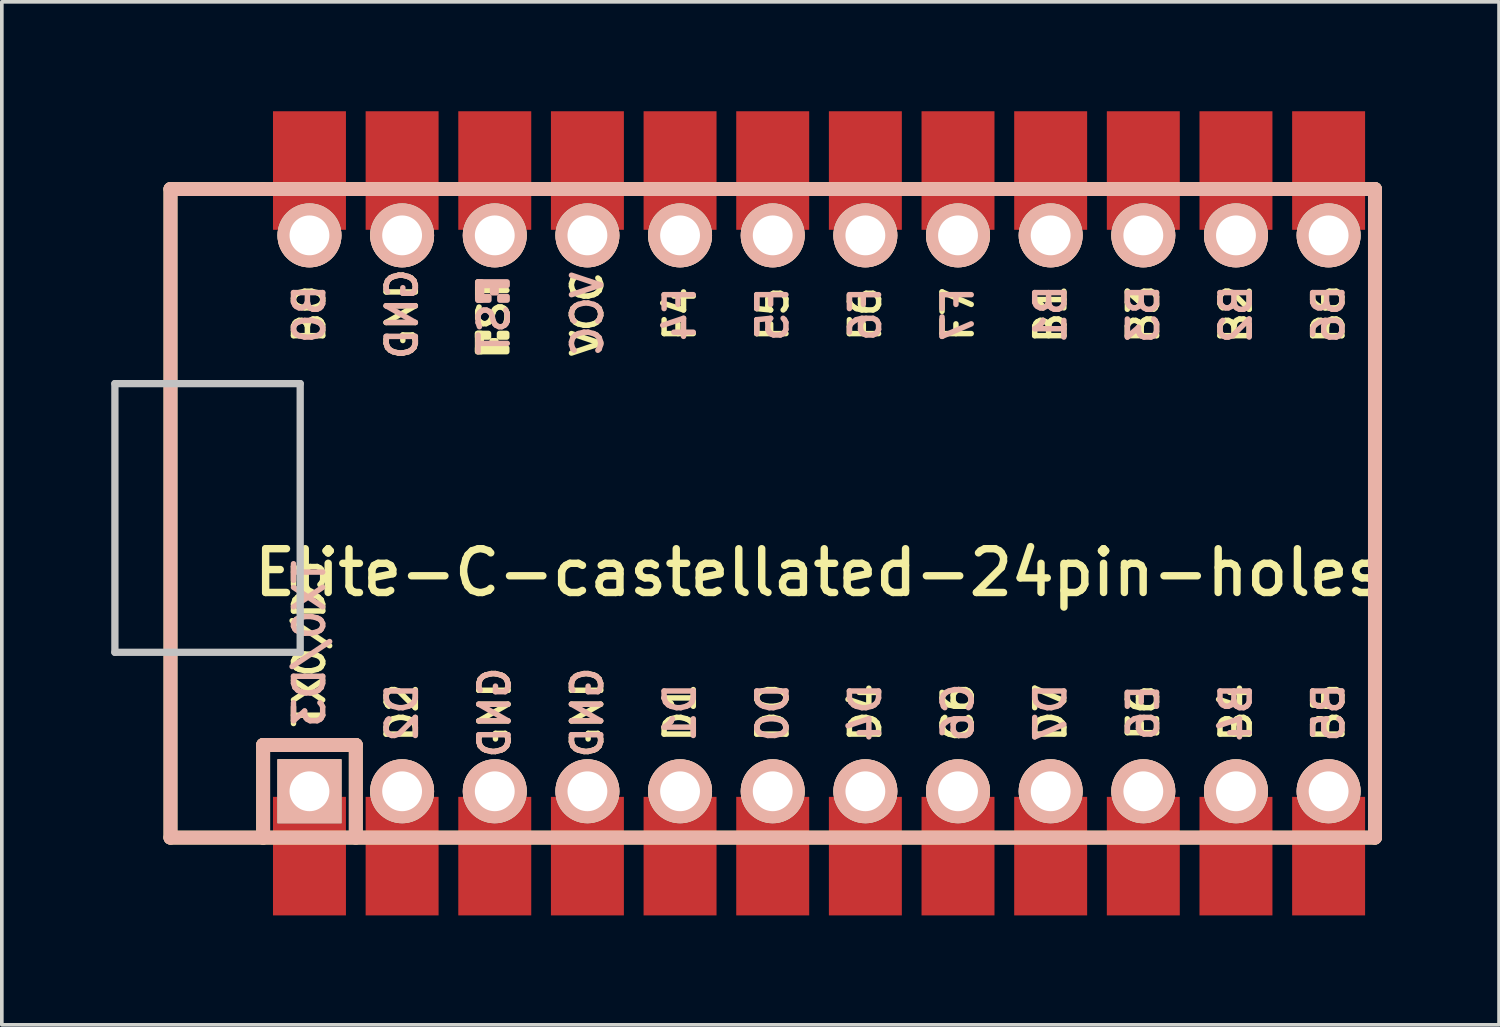
<source format=kicad_pcb>
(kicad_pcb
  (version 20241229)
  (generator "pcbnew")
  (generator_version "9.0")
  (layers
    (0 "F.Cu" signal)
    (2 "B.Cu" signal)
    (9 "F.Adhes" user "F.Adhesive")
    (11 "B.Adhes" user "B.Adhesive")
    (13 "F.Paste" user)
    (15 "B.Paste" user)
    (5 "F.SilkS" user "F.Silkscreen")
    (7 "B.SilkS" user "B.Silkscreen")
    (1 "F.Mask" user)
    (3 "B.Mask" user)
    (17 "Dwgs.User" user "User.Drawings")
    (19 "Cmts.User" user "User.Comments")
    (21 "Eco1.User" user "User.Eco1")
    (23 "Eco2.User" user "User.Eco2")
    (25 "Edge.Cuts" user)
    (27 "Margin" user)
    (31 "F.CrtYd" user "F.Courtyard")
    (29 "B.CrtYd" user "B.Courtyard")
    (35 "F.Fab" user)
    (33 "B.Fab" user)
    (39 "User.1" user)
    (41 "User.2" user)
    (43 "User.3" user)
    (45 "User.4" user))
  (footprint "Elite-C-castellated-24pin-holes"
    (layer "F.Cu")
    (at 19.404 11.023)
    (property "Reference" "Elite-C-castellated-24pin-holes" (at 0 1.625 0) (layer "F.SilkS") (effects (font (size 1.2 1.2) (thickness 0.203))))
    (attr through_hole)
    (fp_line (start -17.78 -8.89) (end -17.78 8.89) (stroke (width 0.381) (type solid)) (layer "F.SilkS"))
    (fp_line (start -17.78 8.89) (end -15.24 8.89) (stroke (width 0.381) (type solid)) (layer "F.SilkS"))
    (fp_line (start -15.24 -8.89) (end -17.78 -8.89) (stroke (width 0.381) (type solid)) (layer "F.SilkS"))
    (fp_line (start -15.24 6.35) (end -15.24 8.89) (stroke (width 0.381) (type solid)) (layer "F.SilkS"))
    (fp_line (start -15.24 6.35) (end -12.7 6.35) (stroke (width 0.381) (type solid)) (layer "F.SilkS"))
    (fp_line (start -15.24 8.89) (end 15.24 8.89) (stroke (width 0.381) (type solid)) (layer "F.SilkS"))
    (fp_line (start -12.7 6.35) (end -12.7 8.89) (stroke (width 0.381) (type solid)) (layer "F.SilkS"))
    (fp_line (start 15.24 -8.89) (end -15.24 -8.89) (stroke (width 0.381) (type solid)) (layer "F.SilkS"))
    (fp_line (start 15.24 8.89) (end 15.24 -8.89) (stroke (width 0.381) (type solid)) (layer "F.SilkS"))
    (fp_poly (pts (xy -9.361 -4.932) (xy -9.261 -4.932) (xy -9.261 -4.432) (xy -9.361 -4.432)) (stroke (width 0.15) (type solid)) (fill yes) (layer "F.SilkS"))
    (fp_poly (pts (xy -9.361 -4.932) (xy -9.061 -4.932) (xy -9.061 -4.832) (xy -9.361 -4.832)) (stroke (width 0.15) (type solid)) (fill yes) (layer "F.SilkS"))
    (fp_poly (pts (xy -9.361 -4.532) (xy -8.561 -4.532) (xy -8.561 -4.432) (xy -9.361 -4.432)) (stroke (width 0.15) (type solid)) (fill yes) (layer "F.SilkS"))
    (fp_poly (pts (xy -8.961 -4.732) (xy -8.861 -4.732) (xy -8.861 -4.632) (xy -8.961 -4.632)) (stroke (width 0.15) (type solid)) (fill yes) (layer "F.SilkS"))
    (fp_poly (pts (xy -8.761 -4.932) (xy -8.561 -4.932) (xy -8.561 -4.832) (xy -8.761 -4.832)) (stroke (width 0.15) (type solid)) (fill yes) (layer "F.SilkS"))
    (fp_line (start -17.78 -8.89) (end -17.78 8.89) (stroke (width 0.381) (type solid)) (layer "B.SilkS"))
    (fp_line (start -17.78 8.89) (end 15.24 8.89) (stroke (width 0.381) (type solid)) (layer "B.SilkS"))
    (fp_line (start -15.24 6.35) (end -15.24 8.89) (stroke (width 0.381) (type solid)) (layer "B.SilkS"))
    (fp_line (start -15.24 6.35) (end -12.7 6.35) (stroke (width 0.381) (type solid)) (layer "B.SilkS"))
    (fp_line (start -12.7 6.35) (end -12.7 8.89) (stroke (width 0.381) (type solid)) (layer "B.SilkS"))
    (fp_line (start 15.24 -8.89) (end -17.78 -8.89) (stroke (width 0.381) (type solid)) (layer "B.SilkS"))
    (fp_line (start 15.24 8.89) (end 15.24 -8.89) (stroke (width 0.381) (type solid)) (layer "B.SilkS"))
    (fp_poly (pts (xy -9.351 -6.245) (xy -8.551 -6.245) (xy -8.551 -6.345) (xy -9.351 -6.345)) (stroke (width 0.15) (type solid)) (fill yes) (layer "B.SilkS"))
    (fp_poly (pts (xy -9.351 -5.845) (xy -9.251 -5.845) (xy -9.251 -6.345) (xy -9.351 -6.345)) (stroke (width 0.15) (type solid)) (fill yes) (layer "B.SilkS"))
    (fp_poly (pts (xy -9.351 -5.845) (xy -9.051 -5.845) (xy -9.051 -5.945) (xy -9.351 -5.945)) (stroke (width 0.15) (type solid)) (fill yes) (layer "B.SilkS"))
    (fp_poly (pts (xy -8.951 -6.045) (xy -8.851 -6.045) (xy -8.851 -6.145) (xy -8.951 -6.145)) (stroke (width 0.15) (type solid)) (fill yes) (layer "B.SilkS"))
    (fp_poly (pts (xy -8.751 -5.845) (xy -8.551 -5.845) (xy -8.551 -5.945) (xy -8.751 -5.945)) (stroke (width 0.15) (type solid)) (fill yes) (layer "B.SilkS"))
    (fp_line (start -19.304 -3.556) (end -14.224 -3.556) (stroke (width 0.2) (type solid)) (layer "Dwgs.User"))
    (fp_line (start -19.304 3.81) (end -19.304 -3.556) (stroke (width 0.2) (type solid)) (layer "Dwgs.User"))
    (fp_line (start -14.224 -3.556) (end -14.224 3.81) (stroke (width 0.2) (type solid)) (layer "Dwgs.User"))
    (fp_line (start -14.224 3.81) (end -19.304 3.81) (stroke (width 0.2) (type solid)) (layer "Dwgs.User"))
    (fp_text user "B4" (at 11.43 5.461 90) (layer "F.SilkS") (effects (font (size 0.8 0.8) (thickness 0.15))))
    (fp_text user "F5" (at -1.27 -5.461 90) (layer "F.SilkS") (effects (font (size 0.8 0.8) (thickness 0.15))))
    (fp_text user "TX0/D3" (at -13.97 3.572 90) (layer "F.SilkS") (effects (font (size 0.8 0.8) (thickness 0.15))))
    (fp_text user "B1" (at 6.35 -5.461 90) (layer "F.SilkS") (effects (font (size 0.8 0.8) (thickness 0.15))))
    (fp_text user "GND" (at -8.89 5.461 90) (layer "F.SilkS") (effects (font (size 0.8 0.8) (thickness 0.15))))
    (fp_text user "F4" (at -3.81 -5.461 90) (layer "F.SilkS") (effects (font (size 0.8 0.8) (thickness 0.15))))
    (fp_text user "D1" (at -3.81 5.461 90) (layer "F.SilkS") (effects (font (size 0.8 0.8) (thickness 0.15))))
    (fp_text user "B6" (at 13.97 -5.461 90) (layer "F.SilkS") (effects (font (size 0.8 0.8) (thickness 0.15))))
    (fp_text user "B0" (at -13.97 -5.461 90) (layer "F.SilkS") (effects (font (size 0.8 0.8) (thickness 0.15))))
    (fp_text user "E6" (at 8.89 5.461 90) (layer "F.SilkS") (effects (font (size 0.8 0.8) (thickness 0.15))))
    (fp_text user "GND" (at -6.35 5.461 90) (layer "F.SilkS") (effects (font (size 0.8 0.8) (thickness 0.15))))
    (fp_text user "D4" (at 1.27 5.461 90) (layer "F.SilkS") (effects (font (size 0.8 0.8) (thickness 0.15))))
    (fp_text user "GND" (at -11.43 -5.461 90) (layer "F.SilkS") (effects (font (size 0.8 0.8) (thickness 0.15))))
    (fp_text user "C6" (at 3.81 5.461 90) (layer "F.SilkS") (effects (font (size 0.8 0.8) (thickness 0.15))))
    (fp_text user "B2" (at 11.43 -5.461 90) (layer "F.SilkS") (effects (font (size 0.8 0.8) (thickness 0.15))))
    (fp_text user "B3" (at 8.89 -5.461 90) (layer "F.SilkS") (effects (font (size 0.8 0.8) (thickness 0.15))))
    (fp_text user "D2" (at -11.43 5.461 90) (layer "F.SilkS") (effects (font (size 0.8 0.8) (thickness 0.15))))
    (fp_text user "D7" (at 6.35 5.461 90) (layer "F.SilkS") (effects (font (size 0.8 0.8) (thickness 0.15))))
    (fp_text user "F6" (at 1.27 -5.461 90) (layer "F.SilkS") (effects (font (size 0.8 0.8) (thickness 0.15))))
    (fp_text user "F7" (at 3.81 -5.461 90) (layer "F.SilkS") (effects (font (size 0.8 0.8) (thickness 0.15))))
    (fp_text user "ST" (at -8.92 -5.733 90) (layer "F.SilkS") (effects (font (size 0.8 0.8) (thickness 0.15))))
    (fp_text user "D0" (at -1.27 5.461 90) (layer "F.SilkS") (effects (font (size 0.8 0.8) (thickness 0.15))))
    (fp_text user "B5" (at 13.97 5.461 90) (layer "F.SilkS") (effects (font (size 0.8 0.8) (thickness 0.15))))
    (fp_text user "VCC" (at -6.35 -5.461 90) (layer "F.SilkS") (effects (font (size 0.8 0.8) (thickness 0.15))))
    (fp_text user "GND" (at -8.89 5.461 90) (layer "B.SilkS") (effects (font (size 0.8 0.8) (thickness 0.15)) (justify mirror)))
    (fp_text user "VCC" (at -6.35 -5.461 90) (layer "B.SilkS") (effects (font (size 0.8 0.8) (thickness 0.15)) (justify mirror)))
    (fp_text user "B5" (at 13.97 5.461 90) (layer "B.SilkS") (effects (font (size 0.8 0.8) (thickness 0.15)) (justify mirror)))
    (fp_text user "F5" (at -1.27 -5.461 90) (layer "B.SilkS") (effects (font (size 0.8 0.8) (thickness 0.15)) (justify mirror)))
    (fp_text user "D7" (at 6.35 5.461 90) (layer "B.SilkS") (effects (font (size 0.8 0.8) (thickness 0.15)) (justify mirror)))
    (fp_text user "GND" (at -6.35 5.461 90) (layer "B.SilkS") (effects (font (size 0.8 0.8) (thickness 0.15)) (justify mirror)))
    (fp_text user "F4" (at -3.81 -5.461 90) (layer "B.SilkS") (effects (font (size 0.8 0.8) (thickness 0.15)) (justify mirror)))
    (fp_text user "GND" (at -11.43 -5.461 90) (layer "B.SilkS") (effects (font (size 0.8 0.8) (thickness 0.15)) (justify mirror)))
    (fp_text user "B0" (at -13.97 -5.461 90) (layer "B.SilkS") (effects (font (size 0.8 0.8) (thickness 0.15)) (justify mirror)))
    (fp_text user "B2" (at 11.43 -5.461 90) (layer "B.SilkS") (effects (font (size 0.8 0.8) (thickness 0.15)) (justify mirror)))
    (fp_text user "D1" (at -3.81 5.461 90) (layer "B.SilkS") (effects (font (size 0.8 0.8) (thickness 0.15)) (justify mirror)))
    (fp_text user "B6" (at 13.97 -5.461 90) (layer "B.SilkS") (effects (font (size 0.8 0.8) (thickness 0.15)) (justify mirror)))
    (fp_text user "B1" (at 6.35 -5.461 90) (layer "B.SilkS") (effects (font (size 0.8 0.8) (thickness 0.15)) (justify mirror)))
    (fp_text user "TX0/D3" (at -13.97 3.572 90) (layer "B.SilkS") (effects (font (size 0.8 0.8) (thickness 0.15)) (justify mirror)))
    (fp_text user "ST" (at -8.91 -5.04 90) (layer "B.SilkS") (effects (font (size 0.8 0.8) (thickness 0.15)) (justify mirror)))
    (fp_text user "B4" (at 11.43 5.461 90) (layer "B.SilkS") (effects (font (size 0.8 0.8) (thickness 0.15)) (justify mirror)))
    (fp_text user "D2" (at -11.43 5.461 90) (layer "B.SilkS") (effects (font (size 0.8 0.8) (thickness 0.15)) (justify mirror)))
    (fp_text user "F7" (at 3.81 -5.461 90) (layer "B.SilkS") (effects (font (size 0.8 0.8) (thickness 0.15)) (justify mirror)))
    (fp_text user "B3" (at 8.89 -5.461 90) (layer "B.SilkS") (effects (font (size 0.8 0.8) (thickness 0.15)) (justify mirror)))
    (fp_text user "D0" (at -1.27 5.461 90) (layer "B.SilkS") (effects (font (size 0.8 0.8) (thickness 0.15)) (justify mirror)))
    (fp_text user "D4" (at 1.27 5.461 90) (layer "B.SilkS") (effects (font (size 0.8 0.8) (thickness 0.15)) (justify mirror)))
    (fp_text user "E6" (at 8.89 5.461 90) (layer "B.SilkS") (effects (font (size 0.8 0.8) (thickness 0.15)) (justify mirror)))
    (fp_text user "F6" (at 1.27 -5.461 90) (layer "B.SilkS") (effects (font (size 0.8 0.8) (thickness 0.15)) (justify mirror)))
    (fp_text user "C6" (at 3.81 5.461 90) (layer "B.SilkS") (effects (font (size 0.8 0.8) (thickness 0.15)) (justify mirror)))
    (pad "1" thru_hole rect (at -13.97 7.62) (size 1.753 1.753) (drill 1.092) (layers "*.Cu" "*.SilkS" "*.Mask"))
    (pad "1" smd rect (at -13.97 9.398) (size 2 3.25) (layers "F.Cu" "F.Mask" "F.Paste"))
    (pad "2" thru_hole circle (at -11.43 7.62) (size 1.753 1.753) (drill 1.092) (layers "*.Cu" "*.SilkS" "*.Mask"))
    (pad "2" smd rect (at -11.43 9.398) (size 2 3.25) (layers "F.Cu" "F.Mask" "F.Paste"))
    (pad "3" thru_hole circle (at -8.89 7.62) (size 1.753 1.753) (drill 1.092) (layers "*.Cu" "*.SilkS" "*.Mask"))
    (pad "3" smd rect (at -8.89 9.398) (size 2 3.25) (layers "F.Cu" "F.Mask" "F.Paste"))
    (pad "4" thru_hole circle (at -6.35 7.62) (size 1.753 1.753) (drill 1.092) (layers "*.Cu" "*.SilkS" "*.Mask"))
    (pad "4" smd rect (at -6.35 9.398) (size 2 3.25) (layers "F.Cu" "F.Mask" "F.Paste"))
    (pad "5" thru_hole circle (at -3.81 7.62) (size 1.753 1.753) (drill 1.092) (layers "*.Cu" "*.SilkS" "*.Mask"))
    (pad "5" smd rect (at -3.81 9.398) (size 2 3.25) (layers "F.Cu" "F.Mask" "F.Paste"))
    (pad "6" thru_hole circle (at -1.27 7.62) (size 1.753 1.753) (drill 1.092) (layers "*.Cu" "*.SilkS" "*.Mask"))
    (pad "6" smd rect (at -1.27 9.398) (size 2 3.25) (layers "F.Cu" "F.Mask" "F.Paste"))
    (pad "7" thru_hole circle (at 1.27 7.62) (size 1.753 1.753) (drill 1.092) (layers "*.Cu" "*.SilkS" "*.Mask"))
    (pad "7" smd rect (at 1.27 9.398) (size 2 3.25) (layers "F.Cu" "F.Mask" "F.Paste"))
    (pad "8" thru_hole circle (at 3.81 7.62) (size 1.753 1.753) (drill 1.092) (layers "*.Cu" "*.SilkS" "*.Mask"))
    (pad "8" smd rect (at 3.81 9.398) (size 2 3.25) (layers "F.Cu" "F.Mask" "F.Paste"))
    (pad "9" thru_hole circle (at 6.35 7.62) (size 1.753 1.753) (drill 1.092) (layers "*.Cu" "*.SilkS" "*.Mask"))
    (pad "9" smd rect (at 6.35 9.398) (size 2 3.25) (layers "F.Cu" "F.Mask" "F.Paste"))
    (pad "10" thru_hole circle (at 8.89 7.62) (size 1.753 1.753) (drill 1.092) (layers "*.Cu" "*.SilkS" "*.Mask"))
    (pad "10" smd rect (at 8.89 9.398) (size 2 3.25) (layers "F.Cu" "F.Mask" "F.Paste"))
    (pad "11" thru_hole circle (at 11.43 7.62) (size 1.753 1.753) (drill 1.092) (layers "*.Cu" "*.SilkS" "*.Mask"))
    (pad "11" smd rect (at 11.43 9.398) (size 2 3.25) (layers "F.Cu" "F.Mask" "F.Paste"))
    (pad "12" thru_hole circle (at 13.97 7.62) (size 1.753 1.753) (drill 1.092) (layers "*.Cu" "*.SilkS" "*.Mask"))
    (pad "12" smd rect (at 13.97 9.398) (size 2 3.25) (layers "F.Cu" "F.Mask" "F.Paste"))
    (pad "13" smd rect (at 13.97 -9.398) (size 2 3.25) (layers "F.Cu" "F.Mask" "F.Paste"))
    (pad "13" thru_hole circle (at 13.97 -7.62) (size 1.753 1.753) (drill 1.092) (layers "*.Cu" "*.SilkS" "*.Mask"))
    (pad "14" smd rect (at 11.43 -9.398) (size 2 3.25) (layers "F.Cu" "F.Mask" "F.Paste"))
    (pad "14" thru_hole circle (at 11.43 -7.62) (size 1.753 1.753) (drill 1.092) (layers "*.Cu" "*.SilkS" "*.Mask"))
    (pad "15" smd rect (at 8.89 -9.398) (size 2 3.25) (layers "F.Cu" "F.Mask" "F.Paste"))
    (pad "15" thru_hole circle (at 8.89 -7.62) (size 1.753 1.753) (drill 1.092) (layers "*.Cu" "*.SilkS" "*.Mask"))
    (pad "16" smd rect (at 6.35 -9.398) (size 2 3.25) (layers "F.Cu" "F.Mask" "F.Paste"))
    (pad "16" thru_hole circle (at 6.35 -7.62) (size 1.753 1.753) (drill 1.092) (layers "*.Cu" "*.SilkS" "*.Mask"))
    (pad "17" smd rect (at 3.81 -9.398) (size 2 3.25) (layers "F.Cu" "F.Mask" "F.Paste"))
    (pad "17" thru_hole circle (at 3.81 -7.62) (size 1.753 1.753) (drill 1.092) (layers "*.Cu" "*.SilkS" "*.Mask"))
    (pad "18" smd rect (at 1.27 -9.398) (size 2 3.25) (layers "F.Cu" "F.Mask" "F.Paste"))
    (pad "18" thru_hole circle (at 1.27 -7.62) (size 1.753 1.753) (drill 1.092) (layers "*.Cu" "*.SilkS" "*.Mask"))
    (pad "19" smd rect (at -1.27 -9.398) (size 2 3.25) (layers "F.Cu" "F.Mask" "F.Paste"))
    (pad "19" thru_hole circle (at -1.27 -7.62) (size 1.753 1.753) (drill 1.092) (layers "*.Cu" "*.SilkS" "*.Mask"))
    (pad "20" smd rect (at -3.81 -9.398) (size 2 3.25) (layers "F.Cu" "F.Mask" "F.Paste"))
    (pad "20" thru_hole circle (at -3.81 -7.62) (size 1.753 1.753) (drill 1.092) (layers "*.Cu" "*.SilkS" "*.Mask"))
    (pad "21" smd rect (at -6.35 -9.398) (size 2 3.25) (layers "F.Cu" "F.Mask" "F.Paste"))
    (pad "21" thru_hole circle (at -6.35 -7.62) (size 1.753 1.753) (drill 1.092) (layers "*.Cu" "*.SilkS" "*.Mask"))
    (pad "22" smd rect (at -8.89 -9.398) (size 2 3.25) (layers "F.Cu" "F.Mask" "F.Paste"))
    (pad "22" thru_hole circle (at -8.89 -7.62) (size 1.753 1.753) (drill 1.092) (layers "*.Cu" "*.SilkS" "*.Mask"))
    (pad "23" smd rect (at -11.43 -9.398) (size 2 3.25) (layers "F.Cu" "F.Mask" "F.Paste"))
    (pad "23" thru_hole circle (at -11.43 -7.62) (size 1.753 1.753) (drill 1.092) (layers "*.Cu" "*.SilkS" "*.Mask"))
    (pad "24" smd rect (at -13.97 -9.398) (size 2 3.25) (layers "F.Cu" "F.Mask" "F.Paste"))
    (pad "24" thru_hole circle (at -13.97 -7.62) (size 1.753 1.753) (drill 1.092) (layers "*.Cu" "*.SilkS" "*.Mask")))
  (gr_rect
    (start -3 -3)
    (end 38.046 25.046)
    (stroke (width 0.1) (type default))
    (fill no)
    (layer "Edge.Cuts")))
</source>
